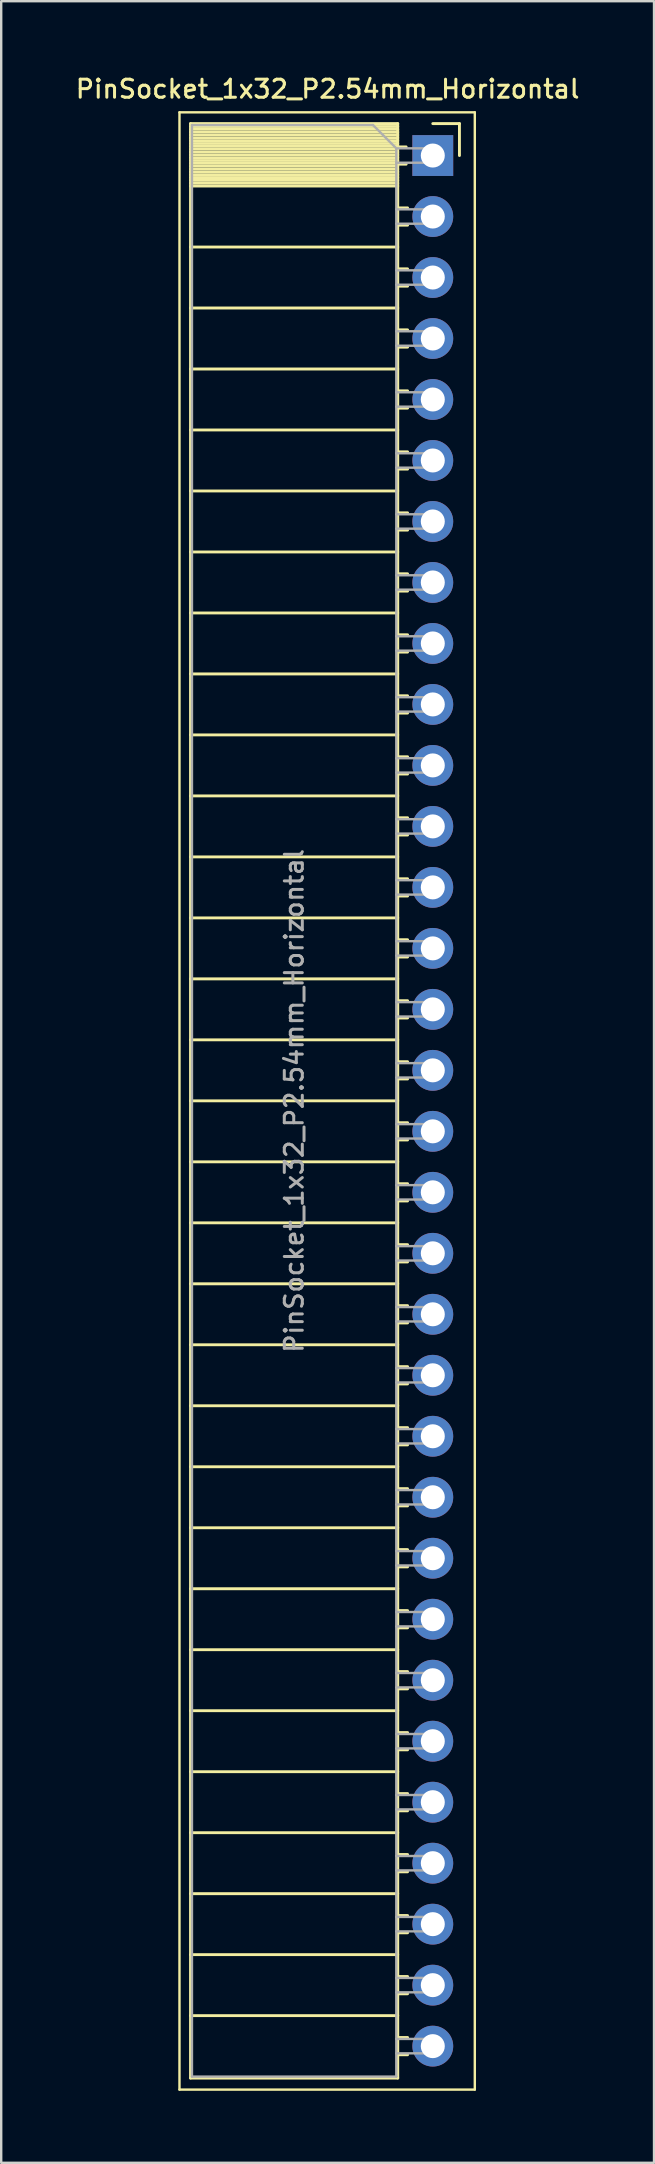
<source format=kicad_pcb>
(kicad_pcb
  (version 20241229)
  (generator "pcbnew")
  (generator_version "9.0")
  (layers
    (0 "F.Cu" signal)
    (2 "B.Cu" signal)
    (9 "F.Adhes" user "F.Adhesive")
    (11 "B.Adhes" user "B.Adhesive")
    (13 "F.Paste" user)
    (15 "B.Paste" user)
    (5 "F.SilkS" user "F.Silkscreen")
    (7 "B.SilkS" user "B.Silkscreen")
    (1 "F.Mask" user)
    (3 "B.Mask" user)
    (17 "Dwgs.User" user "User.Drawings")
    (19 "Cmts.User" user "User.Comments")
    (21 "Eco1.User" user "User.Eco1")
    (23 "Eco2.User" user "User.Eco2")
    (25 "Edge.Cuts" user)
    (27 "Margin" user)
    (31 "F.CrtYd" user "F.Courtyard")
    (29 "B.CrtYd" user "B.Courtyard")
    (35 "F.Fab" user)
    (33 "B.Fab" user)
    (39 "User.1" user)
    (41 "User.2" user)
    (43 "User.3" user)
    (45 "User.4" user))
  (footprint "PinSocket_1x32_P2.54mm_Horizontal"
    (layer "F.Cu")
    (at 14.975 3.428)
    (property "Reference" "PinSocket_1x32_P2.54mm_Horizontal" (at -4.38 -2.77 0) (layer "F.SilkS") (effects (font (size 0.75 0.75) (thickness 0.125))))
    (attr through_hole)
    (fp_line (start -10.55 -1.8) (end -10.55 80.55) (stroke (width 0.1) (type solid)) (layer "F.SilkS"))
    (fp_line (start -10.55 80.55) (end 1.75 80.55) (stroke (width 0.1) (type solid)) (layer "F.SilkS"))
    (fp_line (start -10.09 -1.33) (end -10.09 80.07) (stroke (width 0.12) (type solid)) (layer "F.SilkS"))
    (fp_line (start -10.09 -1.33) (end -1.46 -1.33) (stroke (width 0.12) (type solid)) (layer "F.SilkS"))
    (fp_line (start -10.09 -1.21) (end -1.46 -1.21) (stroke (width 0.12) (type solid)) (layer "F.SilkS"))
    (fp_line (start -10.09 -1.092) (end -1.46 -1.092) (stroke (width 0.12) (type solid)) (layer "F.SilkS"))
    (fp_line (start -10.09 -0.974) (end -1.46 -0.974) (stroke (width 0.12) (type solid)) (layer "F.SilkS"))
    (fp_line (start -10.09 -0.856) (end -1.46 -0.856) (stroke (width 0.12) (type solid)) (layer "F.SilkS"))
    (fp_line (start -10.09 -0.738) (end -1.46 -0.738) (stroke (width 0.12) (type solid)) (layer "F.SilkS"))
    (fp_line (start -10.09 -0.62) (end -1.46 -0.62) (stroke (width 0.12) (type solid)) (layer "F.SilkS"))
    (fp_line (start -10.09 -0.501) (end -1.46 -0.501) (stroke (width 0.12) (type solid)) (layer "F.SilkS"))
    (fp_line (start -10.09 -0.383) (end -1.46 -0.383) (stroke (width 0.12) (type solid)) (layer "F.SilkS"))
    (fp_line (start -10.09 -0.265) (end -1.46 -0.265) (stroke (width 0.12) (type solid)) (layer "F.SilkS"))
    (fp_line (start -10.09 -0.147) (end -1.46 -0.147) (stroke (width 0.12) (type solid)) (layer "F.SilkS"))
    (fp_line (start -10.09 -0.029) (end -1.46 -0.029) (stroke (width 0.12) (type solid)) (layer "F.SilkS"))
    (fp_line (start -10.09 0.089) (end -1.46 0.089) (stroke (width 0.12) (type solid)) (layer "F.SilkS"))
    (fp_line (start -10.09 0.207) (end -1.46 0.207) (stroke (width 0.12) (type solid)) (layer "F.SilkS"))
    (fp_line (start -10.09 0.325) (end -1.46 0.325) (stroke (width 0.12) (type solid)) (layer "F.SilkS"))
    (fp_line (start -10.09 0.443) (end -1.46 0.443) (stroke (width 0.12) (type solid)) (layer "F.SilkS"))
    (fp_line (start -10.09 0.561) (end -1.46 0.561) (stroke (width 0.12) (type solid)) (layer "F.SilkS"))
    (fp_line (start -10.09 0.68) (end -1.46 0.68) (stroke (width 0.12) (type solid)) (layer "F.SilkS"))
    (fp_line (start -10.09 0.798) (end -1.46 0.798) (stroke (width 0.12) (type solid)) (layer "F.SilkS"))
    (fp_line (start -10.09 0.916) (end -1.46 0.916) (stroke (width 0.12) (type solid)) (layer "F.SilkS"))
    (fp_line (start -10.09 1.034) (end -1.46 1.034) (stroke (width 0.12) (type solid)) (layer "F.SilkS"))
    (fp_line (start -10.09 1.152) (end -1.46 1.152) (stroke (width 0.12) (type solid)) (layer "F.SilkS"))
    (fp_line (start -10.09 1.27) (end -1.46 1.27) (stroke (width 0.12) (type solid)) (layer "F.SilkS"))
    (fp_line (start -10.09 3.81) (end -1.46 3.81) (stroke (width 0.12) (type solid)) (layer "F.SilkS"))
    (fp_line (start -10.09 6.35) (end -1.46 6.35) (stroke (width 0.12) (type solid)) (layer "F.SilkS"))
    (fp_line (start -10.09 8.89) (end -1.46 8.89) (stroke (width 0.12) (type solid)) (layer "F.SilkS"))
    (fp_line (start -10.09 11.43) (end -1.46 11.43) (stroke (width 0.12) (type solid)) (layer "F.SilkS"))
    (fp_line (start -10.09 13.97) (end -1.46 13.97) (stroke (width 0.12) (type solid)) (layer "F.SilkS"))
    (fp_line (start -10.09 16.51) (end -1.46 16.51) (stroke (width 0.12) (type solid)) (layer "F.SilkS"))
    (fp_line (start -10.09 19.05) (end -1.46 19.05) (stroke (width 0.12) (type solid)) (layer "F.SilkS"))
    (fp_line (start -10.09 21.59) (end -1.46 21.59) (stroke (width 0.12) (type solid)) (layer "F.SilkS"))
    (fp_line (start -10.09 24.13) (end -1.46 24.13) (stroke (width 0.12) (type solid)) (layer "F.SilkS"))
    (fp_line (start -10.09 26.67) (end -1.46 26.67) (stroke (width 0.12) (type solid)) (layer "F.SilkS"))
    (fp_line (start -10.09 29.21) (end -1.46 29.21) (stroke (width 0.12) (type solid)) (layer "F.SilkS"))
    (fp_line (start -10.09 31.75) (end -1.46 31.75) (stroke (width 0.12) (type solid)) (layer "F.SilkS"))
    (fp_line (start -10.09 34.29) (end -1.46 34.29) (stroke (width 0.12) (type solid)) (layer "F.SilkS"))
    (fp_line (start -10.09 36.83) (end -1.46 36.83) (stroke (width 0.12) (type solid)) (layer "F.SilkS"))
    (fp_line (start -10.09 39.37) (end -1.46 39.37) (stroke (width 0.12) (type solid)) (layer "F.SilkS"))
    (fp_line (start -10.09 41.91) (end -1.46 41.91) (stroke (width 0.12) (type solid)) (layer "F.SilkS"))
    (fp_line (start -10.09 44.45) (end -1.46 44.45) (stroke (width 0.12) (type solid)) (layer "F.SilkS"))
    (fp_line (start -10.09 46.99) (end -1.46 46.99) (stroke (width 0.12) (type solid)) (layer "F.SilkS"))
    (fp_line (start -10.09 49.53) (end -1.46 49.53) (stroke (width 0.12) (type solid)) (layer "F.SilkS"))
    (fp_line (start -10.09 52.07) (end -1.46 52.07) (stroke (width 0.12) (type solid)) (layer "F.SilkS"))
    (fp_line (start -10.09 54.61) (end -1.46 54.61) (stroke (width 0.12) (type solid)) (layer "F.SilkS"))
    (fp_line (start -10.09 57.15) (end -1.46 57.15) (stroke (width 0.12) (type solid)) (layer "F.SilkS"))
    (fp_line (start -10.09 59.69) (end -1.46 59.69) (stroke (width 0.12) (type solid)) (layer "F.SilkS"))
    (fp_line (start -10.09 62.23) (end -1.46 62.23) (stroke (width 0.12) (type solid)) (layer "F.SilkS"))
    (fp_line (start -10.09 64.77) (end -1.46 64.77) (stroke (width 0.12) (type solid)) (layer "F.SilkS"))
    (fp_line (start -10.09 67.31) (end -1.46 67.31) (stroke (width 0.12) (type solid)) (layer "F.SilkS"))
    (fp_line (start -10.09 69.85) (end -1.46 69.85) (stroke (width 0.12) (type solid)) (layer "F.SilkS"))
    (fp_line (start -10.09 72.39) (end -1.46 72.39) (stroke (width 0.12) (type solid)) (layer "F.SilkS"))
    (fp_line (start -10.09 74.93) (end -1.46 74.93) (stroke (width 0.12) (type solid)) (layer "F.SilkS"))
    (fp_line (start -10.09 77.47) (end -1.46 77.47) (stroke (width 0.12) (type solid)) (layer "F.SilkS"))
    (fp_line (start -10.09 80.07) (end -1.46 80.07) (stroke (width 0.12) (type solid)) (layer "F.SilkS"))
    (fp_line (start -1.46 -1.33) (end -1.46 80.07) (stroke (width 0.12) (type solid)) (layer "F.SilkS"))
    (fp_line (start -1.46 -0.36) (end -1.11 -0.36) (stroke (width 0.12) (type solid)) (layer "F.SilkS"))
    (fp_line (start -1.46 0.36) (end -1.11 0.36) (stroke (width 0.12) (type solid)) (layer "F.SilkS"))
    (fp_line (start -1.46 2.18) (end -1.05 2.18) (stroke (width 0.12) (type solid)) (layer "F.SilkS"))
    (fp_line (start -1.46 2.9) (end -1.05 2.9) (stroke (width 0.12) (type solid)) (layer "F.SilkS"))
    (fp_line (start -1.46 4.72) (end -1.05 4.72) (stroke (width 0.12) (type solid)) (layer "F.SilkS"))
    (fp_line (start -1.46 5.44) (end -1.05 5.44) (stroke (width 0.12) (type solid)) (layer "F.SilkS"))
    (fp_line (start -1.46 7.26) (end -1.05 7.26) (stroke (width 0.12) (type solid)) (layer "F.SilkS"))
    (fp_line (start -1.46 7.98) (end -1.05 7.98) (stroke (width 0.12) (type solid)) (layer "F.SilkS"))
    (fp_line (start -1.46 9.8) (end -1.05 9.8) (stroke (width 0.12) (type solid)) (layer "F.SilkS"))
    (fp_line (start -1.46 10.52) (end -1.05 10.52) (stroke (width 0.12) (type solid)) (layer "F.SilkS"))
    (fp_line (start -1.46 12.34) (end -1.05 12.34) (stroke (width 0.12) (type solid)) (layer "F.SilkS"))
    (fp_line (start -1.46 13.06) (end -1.05 13.06) (stroke (width 0.12) (type solid)) (layer "F.SilkS"))
    (fp_line (start -1.46 14.88) (end -1.05 14.88) (stroke (width 0.12) (type solid)) (layer "F.SilkS"))
    (fp_line (start -1.46 15.6) (end -1.05 15.6) (stroke (width 0.12) (type solid)) (layer "F.SilkS"))
    (fp_line (start -1.46 17.42) (end -1.05 17.42) (stroke (width 0.12) (type solid)) (layer "F.SilkS"))
    (fp_line (start -1.46 18.14) (end -1.05 18.14) (stroke (width 0.12) (type solid)) (layer "F.SilkS"))
    (fp_line (start -1.46 19.96) (end -1.05 19.96) (stroke (width 0.12) (type solid)) (layer "F.SilkS"))
    (fp_line (start -1.46 20.68) (end -1.05 20.68) (stroke (width 0.12) (type solid)) (layer "F.SilkS"))
    (fp_line (start -1.46 22.5) (end -1.05 22.5) (stroke (width 0.12) (type solid)) (layer "F.SilkS"))
    (fp_line (start -1.46 23.22) (end -1.05 23.22) (stroke (width 0.12) (type solid)) (layer "F.SilkS"))
    (fp_line (start -1.46 25.04) (end -1.05 25.04) (stroke (width 0.12) (type solid)) (layer "F.SilkS"))
    (fp_line (start -1.46 25.76) (end -1.05 25.76) (stroke (width 0.12) (type solid)) (layer "F.SilkS"))
    (fp_line (start -1.46 27.58) (end -1.05 27.58) (stroke (width 0.12) (type solid)) (layer "F.SilkS"))
    (fp_line (start -1.46 28.3) (end -1.05 28.3) (stroke (width 0.12) (type solid)) (layer "F.SilkS"))
    (fp_line (start -1.46 30.12) (end -1.05 30.12) (stroke (width 0.12) (type solid)) (layer "F.SilkS"))
    (fp_line (start -1.46 30.84) (end -1.05 30.84) (stroke (width 0.12) (type solid)) (layer "F.SilkS"))
    (fp_line (start -1.46 32.66) (end -1.05 32.66) (stroke (width 0.12) (type solid)) (layer "F.SilkS"))
    (fp_line (start -1.46 33.38) (end -1.05 33.38) (stroke (width 0.12) (type solid)) (layer "F.SilkS"))
    (fp_line (start -1.46 35.2) (end -1.05 35.2) (stroke (width 0.12) (type solid)) (layer "F.SilkS"))
    (fp_line (start -1.46 35.92) (end -1.05 35.92) (stroke (width 0.12) (type solid)) (layer "F.SilkS"))
    (fp_line (start -1.46 37.74) (end -1.05 37.74) (stroke (width 0.12) (type solid)) (layer "F.SilkS"))
    (fp_line (start -1.46 38.46) (end -1.05 38.46) (stroke (width 0.12) (type solid)) (layer "F.SilkS"))
    (fp_line (start -1.46 40.28) (end -1.05 40.28) (stroke (width 0.12) (type solid)) (layer "F.SilkS"))
    (fp_line (start -1.46 41) (end -1.05 41) (stroke (width 0.12) (type solid)) (layer "F.SilkS"))
    (fp_line (start -1.46 42.82) (end -1.05 42.82) (stroke (width 0.12) (type solid)) (layer "F.SilkS"))
    (fp_line (start -1.46 43.54) (end -1.05 43.54) (stroke (width 0.12) (type solid)) (layer "F.SilkS"))
    (fp_line (start -1.46 45.36) (end -1.05 45.36) (stroke (width 0.12) (type solid)) (layer "F.SilkS"))
    (fp_line (start -1.46 46.08) (end -1.05 46.08) (stroke (width 0.12) (type solid)) (layer "F.SilkS"))
    (fp_line (start -1.46 47.9) (end -1.05 47.9) (stroke (width 0.12) (type solid)) (layer "F.SilkS"))
    (fp_line (start -1.46 48.62) (end -1.05 48.62) (stroke (width 0.12) (type solid)) (layer "F.SilkS"))
    (fp_line (start -1.46 50.44) (end -1.05 50.44) (stroke (width 0.12) (type solid)) (layer "F.SilkS"))
    (fp_line (start -1.46 51.16) (end -1.05 51.16) (stroke (width 0.12) (type solid)) (layer "F.SilkS"))
    (fp_line (start -1.46 52.98) (end -1.05 52.98) (stroke (width 0.12) (type solid)) (layer "F.SilkS"))
    (fp_line (start -1.46 53.7) (end -1.05 53.7) (stroke (width 0.12) (type solid)) (layer "F.SilkS"))
    (fp_line (start -1.46 55.52) (end -1.05 55.52) (stroke (width 0.12) (type solid)) (layer "F.SilkS"))
    (fp_line (start -1.46 56.24) (end -1.05 56.24) (stroke (width 0.12) (type solid)) (layer "F.SilkS"))
    (fp_line (start -1.46 58.06) (end -1.05 58.06) (stroke (width 0.12) (type solid)) (layer "F.SilkS"))
    (fp_line (start -1.46 58.78) (end -1.05 58.78) (stroke (width 0.12) (type solid)) (layer "F.SilkS"))
    (fp_line (start -1.46 60.6) (end -1.05 60.6) (stroke (width 0.12) (type solid)) (layer "F.SilkS"))
    (fp_line (start -1.46 61.32) (end -1.05 61.32) (stroke (width 0.12) (type solid)) (layer "F.SilkS"))
    (fp_line (start -1.46 63.14) (end -1.05 63.14) (stroke (width 0.12) (type solid)) (layer "F.SilkS"))
    (fp_line (start -1.46 63.86) (end -1.05 63.86) (stroke (width 0.12) (type solid)) (layer "F.SilkS"))
    (fp_line (start -1.46 65.68) (end -1.05 65.68) (stroke (width 0.12) (type solid)) (layer "F.SilkS"))
    (fp_line (start -1.46 66.4) (end -1.05 66.4) (stroke (width 0.12) (type solid)) (layer "F.SilkS"))
    (fp_line (start -1.46 68.22) (end -1.05 68.22) (stroke (width 0.12) (type solid)) (layer "F.SilkS"))
    (fp_line (start -1.46 68.94) (end -1.05 68.94) (stroke (width 0.12) (type solid)) (layer "F.SilkS"))
    (fp_line (start -1.46 70.76) (end -1.05 70.76) (stroke (width 0.12) (type solid)) (layer "F.SilkS"))
    (fp_line (start -1.46 71.48) (end -1.05 71.48) (stroke (width 0.12) (type solid)) (layer "F.SilkS"))
    (fp_line (start -1.46 73.3) (end -1.05 73.3) (stroke (width 0.12) (type solid)) (layer "F.SilkS"))
    (fp_line (start -1.46 74.02) (end -1.05 74.02) (stroke (width 0.12) (type solid)) (layer "F.SilkS"))
    (fp_line (start -1.46 75.84) (end -1.05 75.84) (stroke (width 0.12) (type solid)) (layer "F.SilkS"))
    (fp_line (start -1.46 76.56) (end -1.05 76.56) (stroke (width 0.12) (type solid)) (layer "F.SilkS"))
    (fp_line (start -1.46 78.38) (end -1.05 78.38) (stroke (width 0.12) (type solid)) (layer "F.SilkS"))
    (fp_line (start -1.46 79.1) (end -1.05 79.1) (stroke (width 0.12) (type solid)) (layer "F.SilkS"))
    (fp_line (start 0 -1.33) (end 1.11 -1.33) (stroke (width 0.12) (type solid)) (layer "F.SilkS"))
    (fp_line (start 1.11 -1.33) (end 1.11 0) (stroke (width 0.12) (type solid)) (layer "F.SilkS"))
    (fp_line (start 1.75 -1.8) (end -10.55 -1.8) (stroke (width 0.1) (type solid)) (layer "F.SilkS"))
    (fp_line (start 1.75 80.55) (end 1.75 -1.8) (stroke (width 0.1) (type solid)) (layer "F.SilkS"))
    (fp_line (start -10.03 -1.27) (end -2.49 -1.27) (stroke (width 0.1) (type solid)) (layer "F.Fab"))
    (fp_line (start -10.03 80.01) (end -10.03 -1.27) (stroke (width 0.1) (type solid)) (layer "F.Fab"))
    (fp_line (start -2.49 -1.27) (end -1.52 -0.3) (stroke (width 0.1) (type solid)) (layer "F.Fab"))
    (fp_line (start -1.52 -0.3) (end -1.52 80.01) (stroke (width 0.1) (type solid)) (layer "F.Fab"))
    (fp_line (start -1.52 0.3) (end 0 0.3) (stroke (width 0.1) (type solid)) (layer "F.Fab"))
    (fp_line (start -1.52 2.84) (end 0 2.84) (stroke (width 0.1) (type solid)) (layer "F.Fab"))
    (fp_line (start -1.52 5.38) (end 0 5.38) (stroke (width 0.1) (type solid)) (layer "F.Fab"))
    (fp_line (start -1.52 7.92) (end 0 7.92) (stroke (width 0.1) (type solid)) (layer "F.Fab"))
    (fp_line (start -1.52 10.46) (end 0 10.46) (stroke (width 0.1) (type solid)) (layer "F.Fab"))
    (fp_line (start -1.52 13) (end 0 13) (stroke (width 0.1) (type solid)) (layer "F.Fab"))
    (fp_line (start -1.52 15.54) (end 0 15.54) (stroke (width 0.1) (type solid)) (layer "F.Fab"))
    (fp_line (start -1.52 18.08) (end 0 18.08) (stroke (width 0.1) (type solid)) (layer "F.Fab"))
    (fp_line (start -1.52 20.62) (end 0 20.62) (stroke (width 0.1) (type solid)) (layer "F.Fab"))
    (fp_line (start -1.52 23.16) (end 0 23.16) (stroke (width 0.1) (type solid)) (layer "F.Fab"))
    (fp_line (start -1.52 25.7) (end 0 25.7) (stroke (width 0.1) (type solid)) (layer "F.Fab"))
    (fp_line (start -1.52 28.24) (end 0 28.24) (stroke (width 0.1) (type solid)) (layer "F.Fab"))
    (fp_line (start -1.52 30.78) (end 0 30.78) (stroke (width 0.1) (type solid)) (layer "F.Fab"))
    (fp_line (start -1.52 33.32) (end 0 33.32) (stroke (width 0.1) (type solid)) (layer "F.Fab"))
    (fp_line (start -1.52 35.86) (end 0 35.86) (stroke (width 0.1) (type solid)) (layer "F.Fab"))
    (fp_line (start -1.52 38.4) (end 0 38.4) (stroke (width 0.1) (type solid)) (layer "F.Fab"))
    (fp_line (start -1.52 40.94) (end 0 40.94) (stroke (width 0.1) (type solid)) (layer "F.Fab"))
    (fp_line (start -1.52 43.48) (end 0 43.48) (stroke (width 0.1) (type solid)) (layer "F.Fab"))
    (fp_line (start -1.52 46.02) (end 0 46.02) (stroke (width 0.1) (type solid)) (layer "F.Fab"))
    (fp_line (start -1.52 48.56) (end 0 48.56) (stroke (width 0.1) (type solid)) (layer "F.Fab"))
    (fp_line (start -1.52 51.1) (end 0 51.1) (stroke (width 0.1) (type solid)) (layer "F.Fab"))
    (fp_line (start -1.52 53.64) (end 0 53.64) (stroke (width 0.1) (type solid)) (layer "F.Fab"))
    (fp_line (start -1.52 56.18) (end 0 56.18) (stroke (width 0.1) (type solid)) (layer "F.Fab"))
    (fp_line (start -1.52 58.72) (end 0 58.72) (stroke (width 0.1) (type solid)) (layer "F.Fab"))
    (fp_line (start -1.52 61.26) (end 0 61.26) (stroke (width 0.1) (type solid)) (layer "F.Fab"))
    (fp_line (start -1.52 63.8) (end 0 63.8) (stroke (width 0.1) (type solid)) (layer "F.Fab"))
    (fp_line (start -1.52 66.34) (end 0 66.34) (stroke (width 0.1) (type solid)) (layer "F.Fab"))
    (fp_line (start -1.52 68.88) (end 0 68.88) (stroke (width 0.1) (type solid)) (layer "F.Fab"))
    (fp_line (start -1.52 71.42) (end 0 71.42) (stroke (width 0.1) (type solid)) (layer "F.Fab"))
    (fp_line (start -1.52 73.96) (end 0 73.96) (stroke (width 0.1) (type solid)) (layer "F.Fab"))
    (fp_line (start -1.52 76.5) (end 0 76.5) (stroke (width 0.1) (type solid)) (layer "F.Fab"))
    (fp_line (start -1.52 79.04) (end 0 79.04) (stroke (width 0.1) (type solid)) (layer "F.Fab"))
    (fp_line (start -1.52 80.01) (end -10.03 80.01) (stroke (width 0.1) (type solid)) (layer "F.Fab"))
    (fp_line (start 0 -0.3) (end -1.52 -0.3) (stroke (width 0.1) (type solid)) (layer "F.Fab"))
    (fp_line (start 0 0.3) (end 0 -0.3) (stroke (width 0.1) (type solid)) (layer "F.Fab"))
    (fp_line (start 0 2.24) (end -1.52 2.24) (stroke (width 0.1) (type solid)) (layer "F.Fab"))
    (fp_line (start 0 2.84) (end 0 2.24) (stroke (width 0.1) (type solid)) (layer "F.Fab"))
    (fp_line (start 0 4.78) (end -1.52 4.78) (stroke (width 0.1) (type solid)) (layer "F.Fab"))
    (fp_line (start 0 5.38) (end 0 4.78) (stroke (width 0.1) (type solid)) (layer "F.Fab"))
    (fp_line (start 0 7.32) (end -1.52 7.32) (stroke (width 0.1) (type solid)) (layer "F.Fab"))
    (fp_line (start 0 7.92) (end 0 7.32) (stroke (width 0.1) (type solid)) (layer "F.Fab"))
    (fp_line (start 0 9.86) (end -1.52 9.86) (stroke (width 0.1) (type solid)) (layer "F.Fab"))
    (fp_line (start 0 10.46) (end 0 9.86) (stroke (width 0.1) (type solid)) (layer "F.Fab"))
    (fp_line (start 0 12.4) (end -1.52 12.4) (stroke (width 0.1) (type solid)) (layer "F.Fab"))
    (fp_line (start 0 13) (end 0 12.4) (stroke (width 0.1) (type solid)) (layer "F.Fab"))
    (fp_line (start 0 14.94) (end -1.52 14.94) (stroke (width 0.1) (type solid)) (layer "F.Fab"))
    (fp_line (start 0 15.54) (end 0 14.94) (stroke (width 0.1) (type solid)) (layer "F.Fab"))
    (fp_line (start 0 17.48) (end -1.52 17.48) (stroke (width 0.1) (type solid)) (layer "F.Fab"))
    (fp_line (start 0 18.08) (end 0 17.48) (stroke (width 0.1) (type solid)) (layer "F.Fab"))
    (fp_line (start 0 20.02) (end -1.52 20.02) (stroke (width 0.1) (type solid)) (layer "F.Fab"))
    (fp_line (start 0 20.62) (end 0 20.02) (stroke (width 0.1) (type solid)) (layer "F.Fab"))
    (fp_line (start 0 22.56) (end -1.52 22.56) (stroke (width 0.1) (type solid)) (layer "F.Fab"))
    (fp_line (start 0 23.16) (end 0 22.56) (stroke (width 0.1) (type solid)) (layer "F.Fab"))
    (fp_line (start 0 25.1) (end -1.52 25.1) (stroke (width 0.1) (type solid)) (layer "F.Fab"))
    (fp_line (start 0 25.7) (end 0 25.1) (stroke (width 0.1) (type solid)) (layer "F.Fab"))
    (fp_line (start 0 27.64) (end -1.52 27.64) (stroke (width 0.1) (type solid)) (layer "F.Fab"))
    (fp_line (start 0 28.24) (end 0 27.64) (stroke (width 0.1) (type solid)) (layer "F.Fab"))
    (fp_line (start 0 30.18) (end -1.52 30.18) (stroke (width 0.1) (type solid)) (layer "F.Fab"))
    (fp_line (start 0 30.78) (end 0 30.18) (stroke (width 0.1) (type solid)) (layer "F.Fab"))
    (fp_line (start 0 32.72) (end -1.52 32.72) (stroke (width 0.1) (type solid)) (layer "F.Fab"))
    (fp_line (start 0 33.32) (end 0 32.72) (stroke (width 0.1) (type solid)) (layer "F.Fab"))
    (fp_line (start 0 35.26) (end -1.52 35.26) (stroke (width 0.1) (type solid)) (layer "F.Fab"))
    (fp_line (start 0 35.86) (end 0 35.26) (stroke (width 0.1) (type solid)) (layer "F.Fab"))
    (fp_line (start 0 37.8) (end -1.52 37.8) (stroke (width 0.1) (type solid)) (layer "F.Fab"))
    (fp_line (start 0 38.4) (end 0 37.8) (stroke (width 0.1) (type solid)) (layer "F.Fab"))
    (fp_line (start 0 40.34) (end -1.52 40.34) (stroke (width 0.1) (type solid)) (layer "F.Fab"))
    (fp_line (start 0 40.94) (end 0 40.34) (stroke (width 0.1) (type solid)) (layer "F.Fab"))
    (fp_line (start 0 42.88) (end -1.52 42.88) (stroke (width 0.1) (type solid)) (layer "F.Fab"))
    (fp_line (start 0 43.48) (end 0 42.88) (stroke (width 0.1) (type solid)) (layer "F.Fab"))
    (fp_line (start 0 45.42) (end -1.52 45.42) (stroke (width 0.1) (type solid)) (layer "F.Fab"))
    (fp_line (start 0 46.02) (end 0 45.42) (stroke (width 0.1) (type solid)) (layer "F.Fab"))
    (fp_line (start 0 47.96) (end -1.52 47.96) (stroke (width 0.1) (type solid)) (layer "F.Fab"))
    (fp_line (start 0 48.56) (end 0 47.96) (stroke (width 0.1) (type solid)) (layer "F.Fab"))
    (fp_line (start 0 50.5) (end -1.52 50.5) (stroke (width 0.1) (type solid)) (layer "F.Fab"))
    (fp_line (start 0 51.1) (end 0 50.5) (stroke (width 0.1) (type solid)) (layer "F.Fab"))
    (fp_line (start 0 53.04) (end -1.52 53.04) (stroke (width 0.1) (type solid)) (layer "F.Fab"))
    (fp_line (start 0 53.64) (end 0 53.04) (stroke (width 0.1) (type solid)) (layer "F.Fab"))
    (fp_line (start 0 55.58) (end -1.52 55.58) (stroke (width 0.1) (type solid)) (layer "F.Fab"))
    (fp_line (start 0 56.18) (end 0 55.58) (stroke (width 0.1) (type solid)) (layer "F.Fab"))
    (fp_line (start 0 58.12) (end -1.52 58.12) (stroke (width 0.1) (type solid)) (layer "F.Fab"))
    (fp_line (start 0 58.72) (end 0 58.12) (stroke (width 0.1) (type solid)) (layer "F.Fab"))
    (fp_line (start 0 60.66) (end -1.52 60.66) (stroke (width 0.1) (type solid)) (layer "F.Fab"))
    (fp_line (start 0 61.26) (end 0 60.66) (stroke (width 0.1) (type solid)) (layer "F.Fab"))
    (fp_line (start 0 63.2) (end -1.52 63.2) (stroke (width 0.1) (type solid)) (layer "F.Fab"))
    (fp_line (start 0 63.8) (end 0 63.2) (stroke (width 0.1) (type solid)) (layer "F.Fab"))
    (fp_line (start 0 65.74) (end -1.52 65.74) (stroke (width 0.1) (type solid)) (layer "F.Fab"))
    (fp_line (start 0 66.34) (end 0 65.74) (stroke (width 0.1) (type solid)) (layer "F.Fab"))
    (fp_line (start 0 68.28) (end -1.52 68.28) (stroke (width 0.1) (type solid)) (layer "F.Fab"))
    (fp_line (start 0 68.88) (end 0 68.28) (stroke (width 0.1) (type solid)) (layer "F.Fab"))
    (fp_line (start 0 70.82) (end -1.52 70.82) (stroke (width 0.1) (type solid)) (layer "F.Fab"))
    (fp_line (start 0 71.42) (end 0 70.82) (stroke (width 0.1) (type solid)) (layer "F.Fab"))
    (fp_line (start 0 73.36) (end -1.52 73.36) (stroke (width 0.1) (type solid)) (layer "F.Fab"))
    (fp_line (start 0 73.96) (end 0 73.36) (stroke (width 0.1) (type solid)) (layer "F.Fab"))
    (fp_line (start 0 75.9) (end -1.52 75.9) (stroke (width 0.1) (type solid)) (layer "F.Fab"))
    (fp_line (start 0 76.5) (end 0 75.9) (stroke (width 0.1) (type solid)) (layer "F.Fab"))
    (fp_line (start 0 78.44) (end -1.52 78.44) (stroke (width 0.1) (type solid)) (layer "F.Fab"))
    (fp_line (start 0 79.04) (end 0 78.44) (stroke (width 0.1) (type solid)) (layer "F.Fab"))
    (fp_text user "${REFERENCE}" (at -5.775 39.37 90) (layer "F.Fab") (effects (font (size 0.75 0.75) (thickness 0.125))))
    (pad "1" thru_hole rect (at 0 0) (size 1.7 1.7) (drill 1) (layers "*.Cu" "*.Mask"))
    (pad "2" thru_hole oval (at 0 2.54) (size 1.7 1.7) (drill 1) (layers "*.Cu" "*.Mask"))
    (pad "3" thru_hole oval (at 0 5.08) (size 1.7 1.7) (drill 1) (layers "*.Cu" "*.Mask"))
    (pad "4" thru_hole oval (at 0 7.62) (size 1.7 1.7) (drill 1) (layers "*.Cu" "*.Mask"))
    (pad "5" thru_hole oval (at 0 10.16) (size 1.7 1.7) (drill 1) (layers "*.Cu" "*.Mask"))
    (pad "6" thru_hole oval (at 0 12.7) (size 1.7 1.7) (drill 1) (layers "*.Cu" "*.Mask"))
    (pad "7" thru_hole oval (at 0 15.24) (size 1.7 1.7) (drill 1) (layers "*.Cu" "*.Mask"))
    (pad "8" thru_hole oval (at 0 17.78) (size 1.7 1.7) (drill 1) (layers "*.Cu" "*.Mask"))
    (pad "9" thru_hole oval (at 0 20.32) (size 1.7 1.7) (drill 1) (layers "*.Cu" "*.Mask"))
    (pad "10" thru_hole oval (at 0 22.86) (size 1.7 1.7) (drill 1) (layers "*.Cu" "*.Mask"))
    (pad "11" thru_hole oval (at 0 25.4) (size 1.7 1.7) (drill 1) (layers "*.Cu" "*.Mask"))
    (pad "12" thru_hole oval (at 0 27.94) (size 1.7 1.7) (drill 1) (layers "*.Cu" "*.Mask"))
    (pad "13" thru_hole oval (at 0 30.48) (size 1.7 1.7) (drill 1) (layers "*.Cu" "*.Mask"))
    (pad "14" thru_hole oval (at 0 33.02) (size 1.7 1.7) (drill 1) (layers "*.Cu" "*.Mask"))
    (pad "15" thru_hole oval (at 0 35.56) (size 1.7 1.7) (drill 1) (layers "*.Cu" "*.Mask"))
    (pad "16" thru_hole oval (at 0 38.1) (size 1.7 1.7) (drill 1) (layers "*.Cu" "*.Mask"))
    (pad "17" thru_hole oval (at 0 40.64) (size 1.7 1.7) (drill 1) (layers "*.Cu" "*.Mask"))
    (pad "18" thru_hole oval (at 0 43.18) (size 1.7 1.7) (drill 1) (layers "*.Cu" "*.Mask"))
    (pad "19" thru_hole oval (at 0 45.72) (size 1.7 1.7) (drill 1) (layers "*.Cu" "*.Mask"))
    (pad "20" thru_hole oval (at 0 48.26) (size 1.7 1.7) (drill 1) (layers "*.Cu" "*.Mask"))
    (pad "21" thru_hole oval (at 0 50.8) (size 1.7 1.7) (drill 1) (layers "*.Cu" "*.Mask"))
    (pad "22" thru_hole oval (at 0 53.34) (size 1.7 1.7) (drill 1) (layers "*.Cu" "*.Mask"))
    (pad "23" thru_hole oval (at 0 55.88) (size 1.7 1.7) (drill 1) (layers "*.Cu" "*.Mask"))
    (pad "24" thru_hole oval (at 0 58.42) (size 1.7 1.7) (drill 1) (layers "*.Cu" "*.Mask"))
    (pad "25" thru_hole oval (at 0 60.96) (size 1.7 1.7) (drill 1) (layers "*.Cu" "*.Mask"))
    (pad "26" thru_hole oval (at 0 63.5) (size 1.7 1.7) (drill 1) (layers "*.Cu" "*.Mask"))
    (pad "27" thru_hole oval (at 0 66.04) (size 1.7 1.7) (drill 1) (layers "*.Cu" "*.Mask"))
    (pad "28" thru_hole oval (at 0 68.58) (size 1.7 1.7) (drill 1) (layers "*.Cu" "*.Mask"))
    (pad "29" thru_hole oval (at 0 71.12) (size 1.7 1.7) (drill 1) (layers "*.Cu" "*.Mask"))
    (pad "30" thru_hole oval (at 0 73.66) (size 1.7 1.7) (drill 1) (layers "*.Cu" "*.Mask"))
    (pad "31" thru_hole oval (at 0 76.2) (size 1.7 1.7) (drill 1) (layers "*.Cu" "*.Mask"))
    (pad "32" thru_hole oval (at 0 78.74) (size 1.7 1.7) (drill 1) (layers "*.Cu" "*.Mask")))
  (gr_rect
    (start -3 -3)
    (end 24.189 87.028)
    (stroke (width 0.1) (type default))
    (fill no)
    (layer "Edge.Cuts")))
</source>
